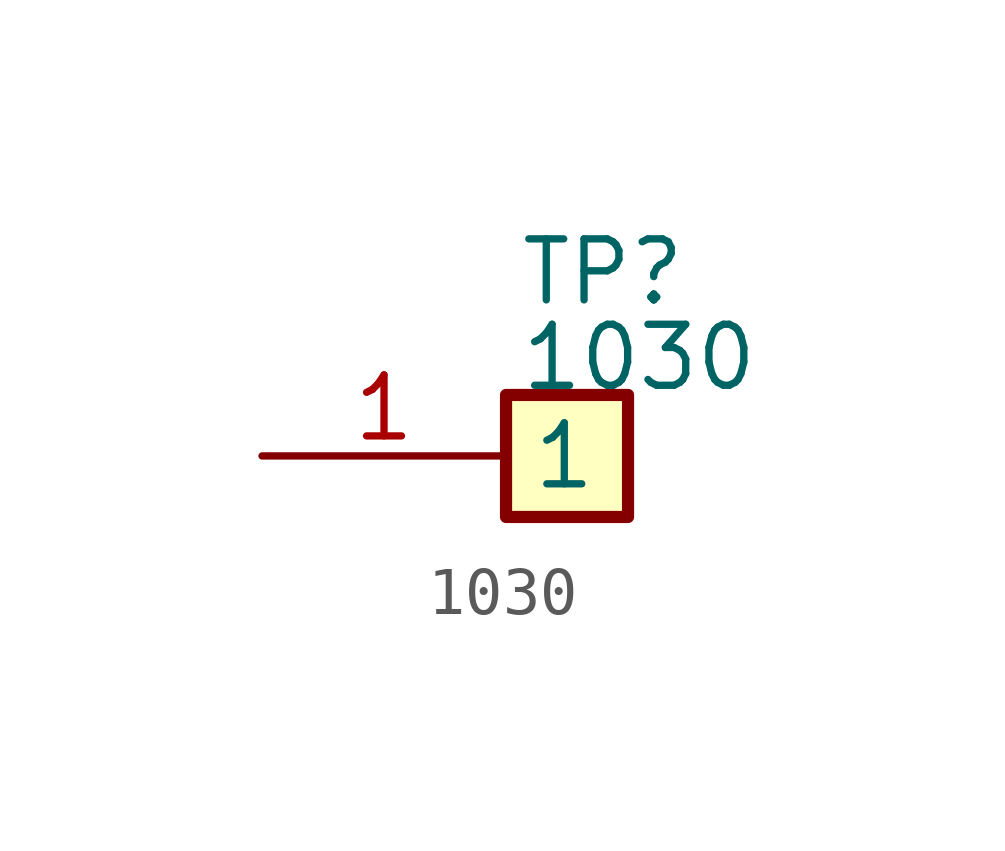
<source format=kicad_sym>
(kicad_symbol_lib
  (version 20241209)
  (generator "kicad_symbol_editor")
  (generator_version "9.0")
  (symbol "1030"
    (property "Reference" "TP"
      (at 5.334 4.572 0)
      (effects (font (size 1.27 1.27)) (justify left top)))
    (property "Value" "1030"
      (at 5.334 2.794 0)
      (effects (font (size 1.27 1.27)) (justify left top)))
    (symbol "1030_1_1"
      (rectangle (start 5.08 1.27) (end 7.62 -1.27) (stroke (width 0.254) (type default)) (fill (type background)))
      (pin passive line (at 0 0 0) (length 5.08) (name "1" (effects (font (size 1.27 1.27)))) (number "1" (effects (font (size 1.27 1.27))))))))
</source>
